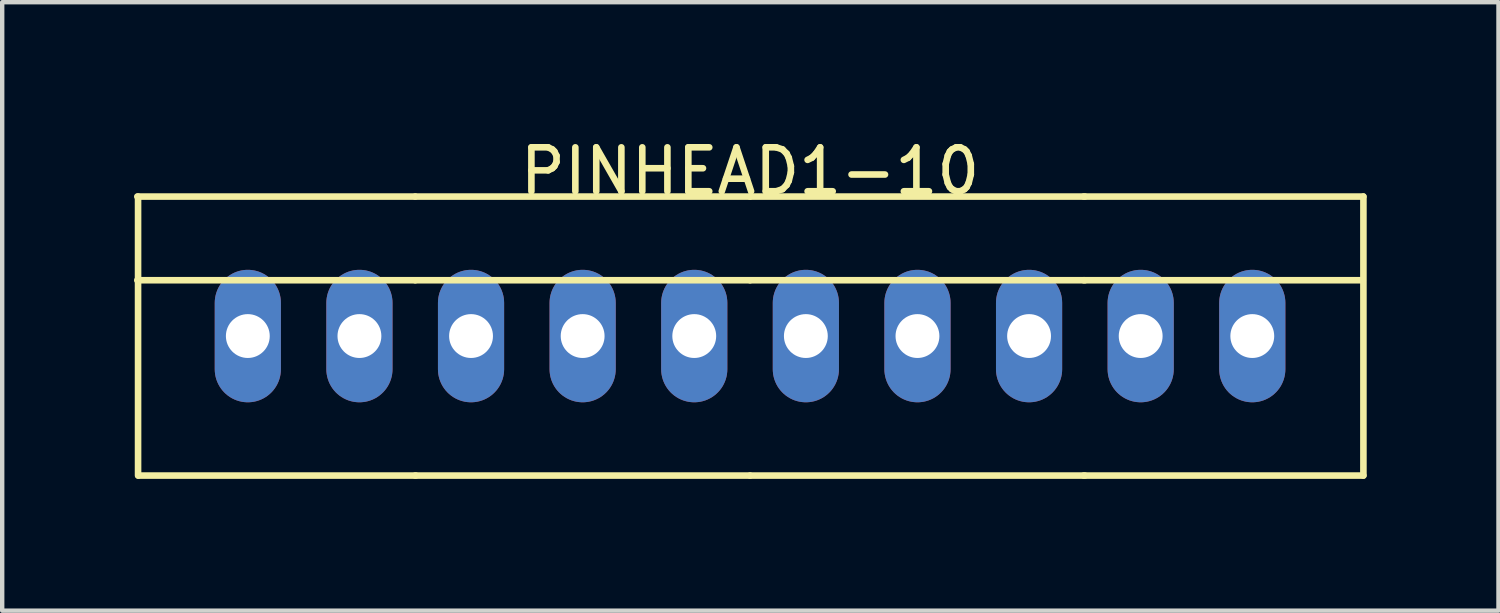
<source format=kicad_pcb>
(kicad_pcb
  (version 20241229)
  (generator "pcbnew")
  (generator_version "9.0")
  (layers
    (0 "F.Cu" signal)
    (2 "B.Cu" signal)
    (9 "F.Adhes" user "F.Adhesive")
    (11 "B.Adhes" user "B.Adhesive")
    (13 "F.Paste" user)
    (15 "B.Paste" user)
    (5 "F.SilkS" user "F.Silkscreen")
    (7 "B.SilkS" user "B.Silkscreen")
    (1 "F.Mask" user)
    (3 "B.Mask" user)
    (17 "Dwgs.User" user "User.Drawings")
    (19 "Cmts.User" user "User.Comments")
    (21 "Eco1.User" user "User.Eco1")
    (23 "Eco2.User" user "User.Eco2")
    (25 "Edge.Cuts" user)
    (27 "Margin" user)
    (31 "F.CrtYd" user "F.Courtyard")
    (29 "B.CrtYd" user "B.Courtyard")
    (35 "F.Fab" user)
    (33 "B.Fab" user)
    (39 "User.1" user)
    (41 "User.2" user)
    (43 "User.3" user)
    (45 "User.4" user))
  (footprint "PINHEAD1-10"
    (layer "F.Cu")
    (at 14.02 4.598)
    (property "Reference" "PINHEAD1-10" (at 0 -3.75 0) (layer "F.SilkS") (effects (font (size 1 1) (thickness 0.15))))
    (attr exclude_from_pos_files exclude_from_bom)
    (fp_line (start -13.928 -3.175) (end -13.928 3.175) (stroke (width 0.15) (type solid)) (layer "F.SilkS"))
    (fp_line (start -7.62 -3.175) (end -13.945 -3.175) (stroke (width 0.15) (type solid)) (layer "F.SilkS"))
    (fp_line (start -7.62 -3.175) (end 0 -3.175) (stroke (width 0.15) (type solid)) (layer "F.SilkS"))
    (fp_line (start -7.62 -1.27) (end -13.945 -1.27) (stroke (width 0.15) (type solid)) (layer "F.SilkS"))
    (fp_line (start -7.607 3.175) (end -13.919 3.175) (stroke (width 0.15) (type solid)) (layer "F.SilkS"))
    (fp_line (start 0 -3.175) (end 7.62 -3.175) (stroke (width 0.15) (type solid)) (layer "F.SilkS"))
    (fp_line (start 0 -1.27) (end -7.62 -1.27) (stroke (width 0.15) (type solid)) (layer "F.SilkS"))
    (fp_line (start 0 -1.27) (end 7.62 -1.27) (stroke (width 0.15) (type solid)) (layer "F.SilkS"))
    (fp_line (start 0 3.175) (end -7.62 3.175) (stroke (width 0.15) (type solid)) (layer "F.SilkS"))
    (fp_line (start 0 3.175) (end 7.62 3.175) (stroke (width 0.15) (type solid)) (layer "F.SilkS"))
    (fp_line (start 7.595 -3.175) (end 13.957 -3.175) (stroke (width 0.15) (type solid)) (layer "F.SilkS"))
    (fp_line (start 7.595 -1.27) (end 13.945 -1.27) (stroke (width 0.15) (type solid)) (layer "F.SilkS"))
    (fp_line (start 7.595 3.175) (end 13.957 3.175) (stroke (width 0.15) (type solid)) (layer "F.SilkS"))
    (fp_line (start 13.959 -3.175) (end 13.959 3.175) (stroke (width 0.15) (type solid)) (layer "F.SilkS"))
    (pad "1" thru_hole oval (at -11.43 0) (size 1.506 3.015) (drill 0.998) (layers "*.Cu" "*.Mask"))
    (pad "2" thru_hole oval (at -8.89 0) (size 1.506 3.015) (drill 0.998) (layers "*.Cu" "*.Mask"))
    (pad "3" thru_hole oval (at -6.35 0) (size 1.506 3.015) (drill 0.998) (layers "*.Cu" "*.Mask"))
    (pad "4" thru_hole oval (at -3.81 0) (size 1.506 3.015) (drill 0.998) (layers "*.Cu" "*.Mask"))
    (pad "5" thru_hole oval (at -1.27 0) (size 1.506 3.015) (drill 0.998) (layers "*.Cu" "*.Mask"))
    (pad "6" thru_hole oval (at 1.27 0) (size 1.506 3.015) (drill 0.998) (layers "*.Cu" "*.Mask"))
    (pad "7" thru_hole oval (at 3.81 0) (size 1.506 3.015) (drill 0.998) (layers "*.Cu" "*.Mask"))
    (pad "8" thru_hole oval (at 6.35 0) (size 1.506 3.015) (drill 0.998) (layers "*.Cu" "*.Mask"))
    (pad "9" thru_hole oval (at 8.89 0) (size 1.506 3.015) (drill 0.998) (layers "*.Cu" "*.Mask"))
    (pad "10" thru_hole oval (at 11.43 0) (size 1.506 3.015) (drill 0.998) (layers "*.Cu" "*.Mask")))
  (gr_rect
    (start -3 -3)
    (end 31.053 10.848)
    (stroke (width 0.1) (type default))
    (fill no)
    (layer "Edge.Cuts")))
</source>
